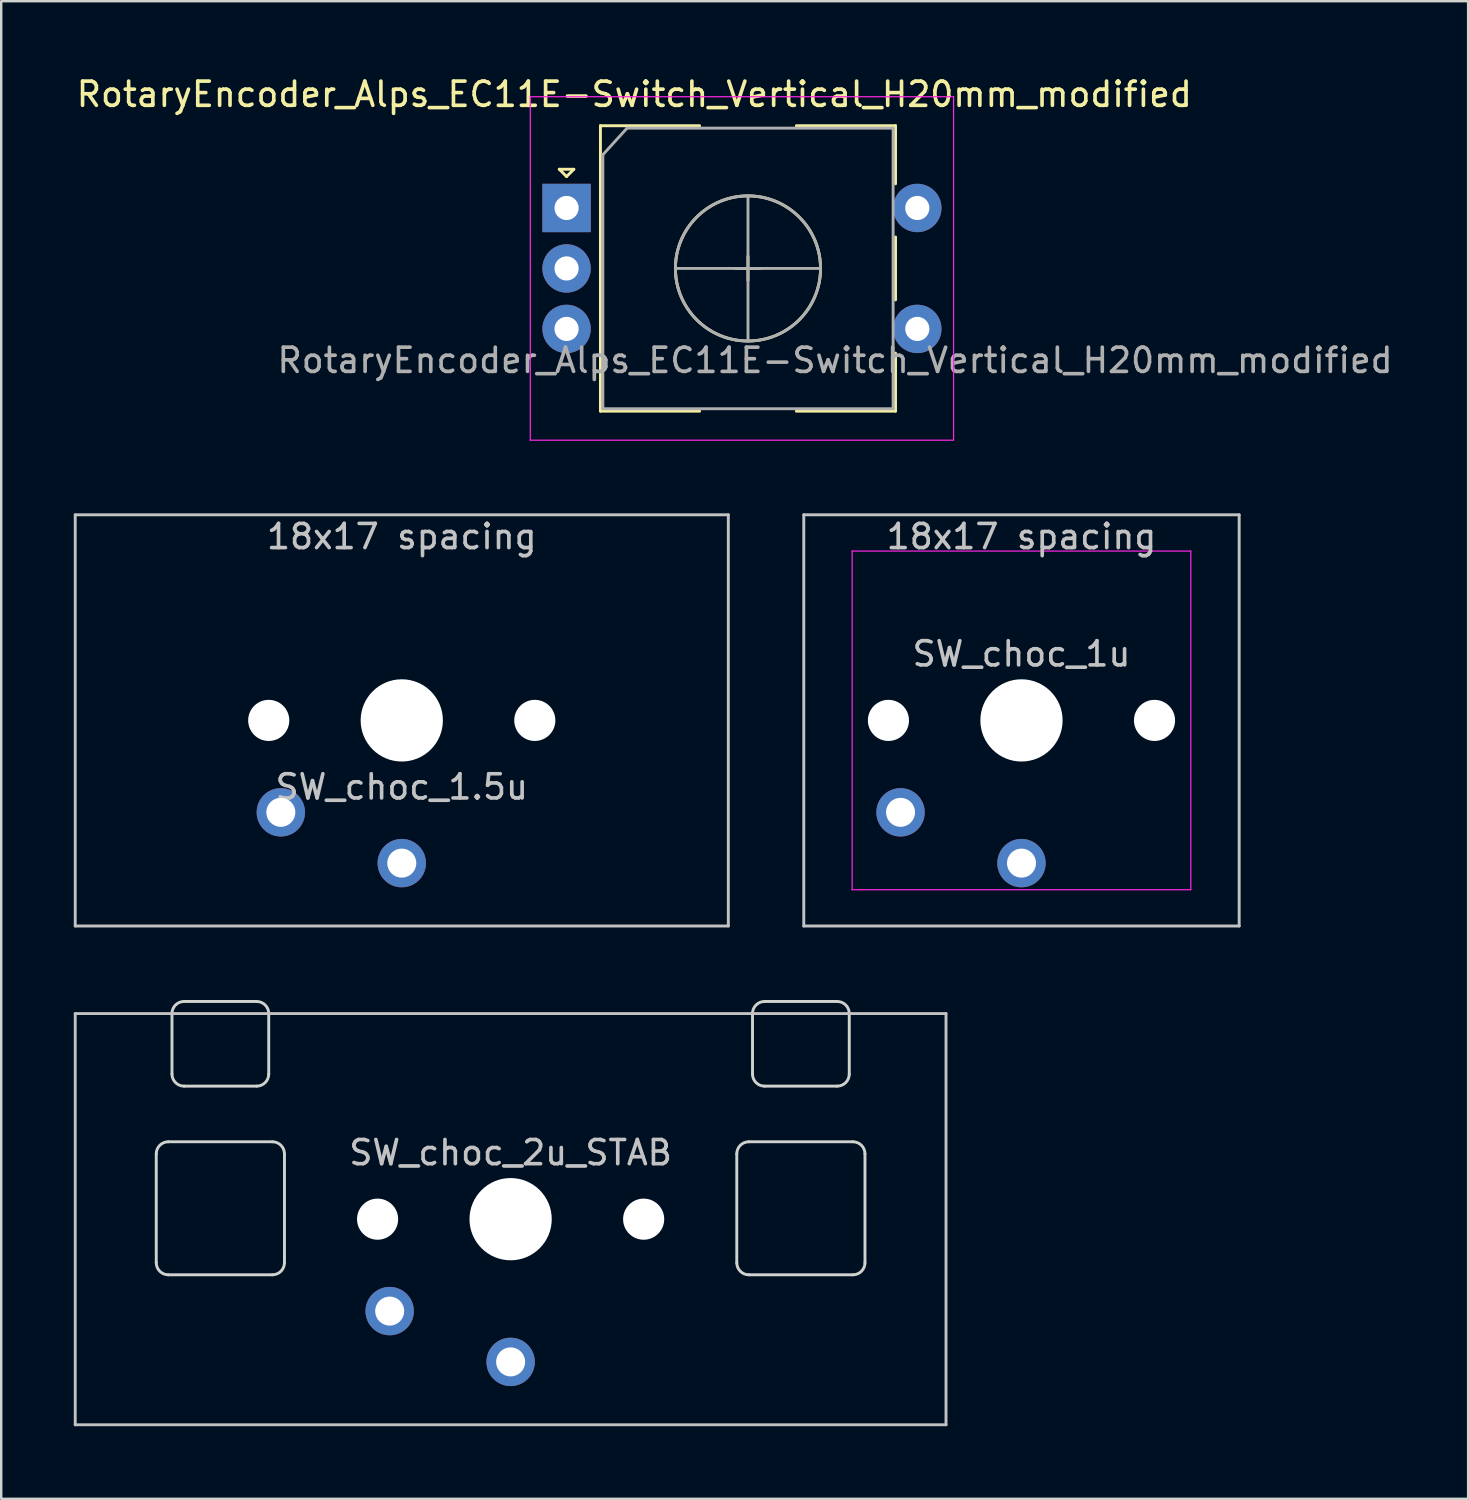
<source format=kicad_pcb>
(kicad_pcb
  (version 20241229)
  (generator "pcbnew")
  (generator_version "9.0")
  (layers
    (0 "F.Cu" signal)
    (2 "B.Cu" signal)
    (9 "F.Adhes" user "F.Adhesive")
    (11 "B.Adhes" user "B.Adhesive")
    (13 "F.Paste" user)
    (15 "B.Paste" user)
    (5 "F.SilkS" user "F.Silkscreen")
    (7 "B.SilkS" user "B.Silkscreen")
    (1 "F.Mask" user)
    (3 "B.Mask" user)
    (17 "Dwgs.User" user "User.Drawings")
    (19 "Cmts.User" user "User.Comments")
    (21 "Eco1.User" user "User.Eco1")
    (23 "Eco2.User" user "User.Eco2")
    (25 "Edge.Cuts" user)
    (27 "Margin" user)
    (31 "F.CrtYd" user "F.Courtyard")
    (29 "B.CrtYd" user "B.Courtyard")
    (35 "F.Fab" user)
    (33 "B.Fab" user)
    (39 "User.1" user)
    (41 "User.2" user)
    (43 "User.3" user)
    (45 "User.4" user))
  (footprint "SW_choc_2u_STAB"
    (layer "F.Cu")
    (at 18.06 47.353)
    (property "Reference" "SW_choc_2u_STAB" (at 0 -2.75 180) (layer "Dwgs.User") (effects (font (size 1 1) (thickness 0.15))))
    (attr exclude_from_pos_files exclude_from_bom)
    (fp_line (start -18 -8.5) (end 18 -8.5) (stroke (width 0.12) (type solid)) (layer "Dwgs.User"))
    (fp_line (start -18 8.5) (end -18 -8.5) (stroke (width 0.12) (type solid)) (layer "Dwgs.User"))
    (fp_line (start 18 -8.5) (end 18 8.5) (stroke (width 0.12) (type solid)) (layer "Dwgs.User"))
    (fp_line (start 18 8.5) (end -18 8.5) (stroke (width 0.12) (type solid)) (layer "Dwgs.User"))
    (fp_line (start -15.15 2.55) (end -15.15 -3.3) (stroke (width 0.05) (type solid)) (layer "Eco2.User"))
    (fp_line (start -14.65 -3.8) (end -14.3 -3.8) (stroke (width 0.05) (type solid)) (layer "Eco2.User"))
    (fp_line (start -14.65 3.05) (end -9.35 3.05) (stroke (width 0.05) (type solid)) (layer "Eco2.User"))
    (fp_line (start -13.8 -4.3) (end -13.8 -7.95) (stroke (width 0.05) (type solid)) (layer "Eco2.User"))
    (fp_line (start -13.3 -8.45) (end -10.7 -8.45) (stroke (width 0.05) (type solid)) (layer "Eco2.User"))
    (fp_line (start -10.2 -4.3) (end -10.2 -7.95) (stroke (width 0.05) (type solid)) (layer "Eco2.User"))
    (fp_line (start -9.35 -3.8) (end -9.7 -3.8) (stroke (width 0.05) (type solid)) (layer "Eco2.User"))
    (fp_line (start -8.85 2.55) (end -8.85 -3.3) (stroke (width 0.05) (type solid)) (layer "Eco2.User"))
    (fp_line (start -6.95 6.45) (end -6.95 -6.45) (stroke (width 0.05) (type solid)) (layer "Eco2.User"))
    (fp_line (start -6.45 -6.95) (end 6.45 -6.95) (stroke (width 0.05) (type solid)) (layer "Eco2.User"))
    (fp_line (start 6.45 6.95) (end -6.45 6.95) (stroke (width 0.05) (type solid)) (layer "Eco2.User"))
    (fp_line (start 6.95 -6.45) (end 6.95 6.45) (stroke (width 0.05) (type solid)) (layer "Eco2.User"))
    (fp_line (start 8.85 2.55) (end 8.85 -3.3) (stroke (width 0.05) (type solid)) (layer "Eco2.User"))
    (fp_line (start 9.35 -3.8) (end 9.7 -3.8) (stroke (width 0.05) (type solid)) (layer "Eco2.User"))
    (fp_line (start 10.2 -4.3) (end 10.2 -7.95) (stroke (width 0.05) (type solid)) (layer "Eco2.User"))
    (fp_line (start 13.3 -8.45) (end 10.7 -8.45) (stroke (width 0.05) (type solid)) (layer "Eco2.User"))
    (fp_line (start 13.8 -4.3) (end 13.8 -7.95) (stroke (width 0.05) (type solid)) (layer "Eco2.User"))
    (fp_line (start 14.65 -3.8) (end 14.3 -3.8) (stroke (width 0.05) (type solid)) (layer "Eco2.User"))
    (fp_line (start 14.65 3.05) (end 9.35 3.05) (stroke (width 0.05) (type solid)) (layer "Eco2.User"))
    (fp_line (start 15.15 2.55) (end 15.15 -3.3) (stroke (width 0.05) (type solid)) (layer "Eco2.User"))
    (fp_arc (start -15.15 -3.3) (mid -15.003553 -3.653553) (end -14.65 -3.8) (stroke (width 0.05) (type solid)) (layer "Eco2.User"))
    (fp_arc (start -14.65 3.05) (mid -15.003553 2.903553) (end -15.15 2.55) (stroke (width 0.05) (type solid)) (layer "Eco2.User"))
    (fp_arc (start -13.8 -7.95) (mid -13.653553 -8.303553) (end -13.3 -8.45) (stroke (width 0.05) (type solid)) (layer "Eco2.User"))
    (fp_arc (start -13.8 -4.3) (mid -13.946447 -3.946447) (end -14.3 -3.8) (stroke (width 0.05) (type solid)) (layer "Eco2.User"))
    (fp_arc (start -10.7 -8.45) (mid -10.346447 -8.303553) (end -10.2 -7.95) (stroke (width 0.05) (type solid)) (layer "Eco2.User"))
    (fp_arc (start -9.7 -3.8) (mid -10.053553 -3.946447) (end -10.2 -4.3) (stroke (width 0.05) (type solid)) (layer "Eco2.User"))
    (fp_arc (start -9.35 -3.8) (mid -8.996447 -3.653553) (end -8.85 -3.3) (stroke (width 0.05) (type solid)) (layer "Eco2.User"))
    (fp_arc (start -8.85 2.55) (mid -8.996447 2.903553) (end -9.35 3.05) (stroke (width 0.05) (type solid)) (layer "Eco2.User"))
    (fp_arc (start -6.95 -6.45) (mid -6.803553 -6.803553) (end -6.45 -6.95) (stroke (width 0.05) (type solid)) (layer "Eco2.User"))
    (fp_arc (start -6.45 6.95) (mid -6.803553 6.803553) (end -6.95 6.45) (stroke (width 0.05) (type solid)) (layer "Eco2.User"))
    (fp_arc (start 6.45 -6.95) (mid 6.803553 -6.803553) (end 6.95 -6.45) (stroke (width 0.05) (type solid)) (layer "Eco2.User"))
    (fp_arc (start 6.95 6.45) (mid 6.803553 6.803553) (end 6.45 6.95) (stroke (width 0.05) (type solid)) (layer "Eco2.User"))
    (fp_arc (start 8.85 -3.3) (mid 8.996447 -3.653553) (end 9.35 -3.8) (stroke (width 0.05) (type solid)) (layer "Eco2.User"))
    (fp_arc (start 9.35 3.05) (mid 8.996447 2.903553) (end 8.85 2.55) (stroke (width 0.05) (type solid)) (layer "Eco2.User"))
    (fp_arc (start 10.2 -7.95) (mid 10.346447 -8.303553) (end 10.7 -8.45) (stroke (width 0.05) (type solid)) (layer "Eco2.User"))
    (fp_arc (start 10.2 -4.3) (mid 10.053553 -3.946447) (end 9.7 -3.8) (stroke (width 0.05) (type solid)) (layer "Eco2.User"))
    (fp_arc (start 13.3 -8.45) (mid 13.653553 -8.303553) (end 13.8 -7.95) (stroke (width 0.05) (type solid)) (layer "Eco2.User"))
    (fp_arc (start 14.3 -3.8) (mid 13.946447 -3.946447) (end 13.8 -4.3) (stroke (width 0.05) (type solid)) (layer "Eco2.User"))
    (fp_arc (start 14.65 -3.8) (mid 15.003553 -3.653553) (end 15.15 -3.3) (stroke (width 0.05) (type solid)) (layer "Eco2.User"))
    (fp_arc (start 15.15 2.55) (mid 15.003553 2.903553) (end 14.65 3.05) (stroke (width 0.05) (type solid)) (layer "Eco2.User"))
    (fp_line (start -14.65 1.8) (end -14.65 -2.7) (stroke (width 0.12) (type solid)) (layer "Edge.Cuts"))
    (fp_line (start -14.15 -3.2) (end -9.85 -3.2) (stroke (width 0.12) (type solid)) (layer "Edge.Cuts"))
    (fp_line (start -14.15 2.3) (end -9.85 2.3) (stroke (width 0.12) (type solid)) (layer "Edge.Cuts"))
    (fp_line (start -14 -6) (end -14 -8.5) (stroke (width 0.12) (type solid)) (layer "Edge.Cuts"))
    (fp_line (start -13.5 -9) (end -10.5 -9) (stroke (width 0.12) (type solid)) (layer "Edge.Cuts"))
    (fp_line (start -13.5 -5.5) (end -10.5 -5.5) (stroke (width 0.12) (type solid)) (layer "Edge.Cuts"))
    (fp_line (start -10 -6) (end -10 -8.5) (stroke (width 0.12) (type solid)) (layer "Edge.Cuts"))
    (fp_line (start -9.35 1.8) (end -9.35 -2.7) (stroke (width 0.12) (type solid)) (layer "Edge.Cuts"))
    (fp_line (start 9.35 1.8) (end 9.35 -2.7) (stroke (width 0.12) (type solid)) (layer "Edge.Cuts"))
    (fp_line (start 10 -6) (end 10 -8.5) (stroke (width 0.12) (type solid)) (layer "Edge.Cuts"))
    (fp_line (start 13.5 -9) (end 10.5 -9) (stroke (width 0.12) (type solid)) (layer "Edge.Cuts"))
    (fp_line (start 13.5 -5.5) (end 10.5 -5.5) (stroke (width 0.12) (type solid)) (layer "Edge.Cuts"))
    (fp_line (start 14 -6) (end 14 -8.5) (stroke (width 0.12) (type solid)) (layer "Edge.Cuts"))
    (fp_line (start 14.15 -3.2) (end 9.85 -3.2) (stroke (width 0.12) (type solid)) (layer "Edge.Cuts"))
    (fp_line (start 14.15 2.3) (end 9.85 2.3) (stroke (width 0.12) (type solid)) (layer "Edge.Cuts"))
    (fp_line (start 14.65 1.8) (end 14.65 -2.7) (stroke (width 0.12) (type solid)) (layer "Edge.Cuts"))
    (fp_arc (start -14.65 -2.7) (mid -14.503553 -3.053553) (end -14.15 -3.2) (stroke (width 0.12) (type solid)) (layer "Edge.Cuts"))
    (fp_arc (start -14.15 2.3) (mid -14.503553 2.153553) (end -14.65 1.8) (stroke (width 0.12) (type solid)) (layer "Edge.Cuts"))
    (fp_arc (start -14 -8.5) (mid -13.853553 -8.853553) (end -13.5 -9) (stroke (width 0.12) (type solid)) (layer "Edge.Cuts"))
    (fp_arc (start -13.5 -5.5) (mid -13.853553 -5.646447) (end -14 -6) (stroke (width 0.12) (type solid)) (layer "Edge.Cuts"))
    (fp_arc (start -10.5 -9) (mid -10.146447 -8.853553) (end -10 -8.5) (stroke (width 0.12) (type solid)) (layer "Edge.Cuts"))
    (fp_arc (start -10 -6) (mid -10.146447 -5.646447) (end -10.5 -5.5) (stroke (width 0.12) (type solid)) (layer "Edge.Cuts"))
    (fp_arc (start -9.85 -3.2) (mid -9.496447 -3.053553) (end -9.35 -2.7) (stroke (width 0.12) (type solid)) (layer "Edge.Cuts"))
    (fp_arc (start -9.35 1.8) (mid -9.496447 2.153553) (end -9.85 2.3) (stroke (width 0.12) (type solid)) (layer "Edge.Cuts"))
    (fp_arc (start 9.35 -2.7) (mid 9.496447 -3.053553) (end 9.85 -3.2) (stroke (width 0.12) (type solid)) (layer "Edge.Cuts"))
    (fp_arc (start 9.85 2.3) (mid 9.496447 2.153553) (end 9.35 1.8) (stroke (width 0.12) (type solid)) (layer "Edge.Cuts"))
    (fp_arc (start 10 -8.5) (mid 10.146447 -8.853553) (end 10.5 -9) (stroke (width 0.12) (type solid)) (layer "Edge.Cuts"))
    (fp_arc (start 10.5 -5.5) (mid 10.146447 -5.646447) (end 10 -6) (stroke (width 0.12) (type solid)) (layer "Edge.Cuts"))
    (fp_arc (start 13.5 -9) (mid 13.853553 -8.853553) (end 14 -8.5) (stroke (width 0.12) (type solid)) (layer "Edge.Cuts"))
    (fp_arc (start 14 -6) (mid 13.853553 -5.646447) (end 13.5 -5.5) (stroke (width 0.12) (type solid)) (layer "Edge.Cuts"))
    (fp_arc (start 14.15 -3.2) (mid 14.503553 -3.053553) (end 14.65 -2.7) (stroke (width 0.12) (type solid)) (layer "Edge.Cuts"))
    (fp_arc (start 14.65 1.8) (mid 14.503553 2.153553) (end 14.15 2.3) (stroke (width 0.12) (type solid)) (layer "Edge.Cuts"))
    (pad "" np_thru_hole circle (at -5.5 0 180) (size 1.7 1.7) (drill 1.7) (layers "*.Cu" "*.Mask"))
    (pad "" np_thru_hole circle (at 0 0 180) (size 3.4 3.4) (drill 3.4) (layers "*.Cu" "*.Mask"))
    (pad "" np_thru_hole circle (at 5.5 0 180) (size 1.7 1.7) (drill 1.7) (layers "*.Cu" "*.Mask"))
    (pad "1" thru_hole circle (at -5 3.8 180) (size 2 2) (drill 1.2) (layers "*.Cu" "B.Mask"))
    (pad "2" thru_hole circle (at 0 5.9 180) (size 2 2) (drill 1.2) (layers "*.Cu" "B.Mask")))
  (footprint "SW_choc_1u"
    (layer "F.Cu")
    (at 39.18 26.733)
    (property "Reference" "SW_choc_1u" (at 0 -2.75 180) (layer "Dwgs.User") (effects (font (size 1 1) (thickness 0.15))))
    (attr through_hole exclude_from_pos_files exclude_from_bom)
    (fp_line (start -9 -8.5) (end 9 -8.5) (stroke (width 0.12) (type solid)) (layer "Dwgs.User"))
    (fp_line (start -9 8.5) (end -9 -8.5) (stroke (width 0.12) (type solid)) (layer "Dwgs.User"))
    (fp_line (start 9 -8.5) (end 9 8.5) (stroke (width 0.12) (type solid)) (layer "Dwgs.User"))
    (fp_line (start 9 8.5) (end -9 8.5) (stroke (width 0.12) (type solid)) (layer "Dwgs.User"))
    (fp_line (start -6.95 6.45) (end -6.95 -6.45) (stroke (width 0.05) (type solid)) (layer "Eco2.User"))
    (fp_line (start -6.45 -6.95) (end 6.45 -6.95) (stroke (width 0.05) (type solid)) (layer "Eco2.User"))
    (fp_line (start 6.45 6.95) (end -6.45 6.95) (stroke (width 0.05) (type solid)) (layer "Eco2.User"))
    (fp_line (start 6.95 -6.45) (end 6.95 6.45) (stroke (width 0.05) (type solid)) (layer "Eco2.User"))
    (fp_arc (start -6.95 -6.45) (mid -6.803553 -6.803553) (end -6.45 -6.95) (stroke (width 0.05) (type solid)) (layer "Eco2.User"))
    (fp_arc (start -6.45 6.95) (mid -6.803553 6.803553) (end -6.95 6.45) (stroke (width 0.05) (type solid)) (layer "Eco2.User"))
    (fp_arc (start 6.45 -6.95) (mid 6.803553 -6.803553) (end 6.95 -6.45) (stroke (width 0.05) (type solid)) (layer "Eco2.User"))
    (fp_arc (start 6.95 6.45) (mid 6.803553 6.803553) (end 6.45 6.95) (stroke (width 0.05) (type solid)) (layer "Eco2.User"))
    (fp_line (start -7 -7) (end 7 -7) (stroke (width 0.05) (type solid)) (layer "F.CrtYd"))
    (fp_line (start -7 7) (end -7 -7) (stroke (width 0.05) (type solid)) (layer "F.CrtYd"))
    (fp_line (start 7 -7) (end 7 7) (stroke (width 0.05) (type solid)) (layer "F.CrtYd"))
    (fp_line (start 7 7) (end -7 7) (stroke (width 0.05) (type solid)) (layer "F.CrtYd"))
    (fp_text user "18x17 spacing" (at 0 -7.6 180) (layer "Dwgs.User") (effects (font (size 1 1) (thickness 0.15))))
    (pad "" np_thru_hole circle (at -5.5 0 180) (size 1.7 1.7) (drill 1.7) (layers "*.Cu" "*.Mask"))
    (pad "" np_thru_hole circle (at 0 0 180) (size 3.4 3.4) (drill 3.4) (layers "*.Cu" "*.Mask"))
    (pad "" np_thru_hole circle (at 5.5 0 180) (size 1.7 1.7) (drill 1.7) (layers "*.Cu" "*.Mask"))
    (pad "1" thru_hole circle (at -5 3.8 180) (size 2 2) (drill 1.2) (layers "*.Cu" "B.Mask"))
    (pad "2" thru_hole circle (at 0 5.9 180) (size 2 2) (drill 1.2) (layers "*.Cu" "B.Mask")))
  (footprint "SW_choc_1.5u"
    (layer "F.Cu")
    (at 13.56 26.733)
    (property "Reference" "SW_choc_1.5u" (at 0 2.75 0) (layer "Dwgs.User") (effects (font (size 1 1) (thickness 0.15))))
    (attr through_hole exclude_from_pos_files exclude_from_bom)
    (fp_line (start -13.5 -8.5) (end 13.5 -8.5) (stroke (width 0.12) (type solid)) (layer "Dwgs.User"))
    (fp_line (start -13.5 8.5) (end -13.5 -8.5) (stroke (width 0.12) (type solid)) (layer "Dwgs.User"))
    (fp_line (start 13.5 -8.5) (end 13.5 8.5) (stroke (width 0.12) (type solid)) (layer "Dwgs.User"))
    (fp_line (start 13.5 8.5) (end -13.5 8.5) (stroke (width 0.12) (type solid)) (layer "Dwgs.User"))
    (fp_line (start -6.95 6.45) (end -6.95 -6.45) (stroke (width 0.05) (type solid)) (layer "Eco2.User"))
    (fp_line (start -6.45 -6.95) (end 6.45 -6.95) (stroke (width 0.05) (type solid)) (layer "Eco2.User"))
    (fp_line (start 6.45 6.95) (end -6.45 6.95) (stroke (width 0.05) (type solid)) (layer "Eco2.User"))
    (fp_line (start 6.95 -6.45) (end 6.95 6.45) (stroke (width 0.05) (type solid)) (layer "Eco2.User"))
    (fp_arc (start -6.95 -6.45) (mid -6.803553 -6.803553) (end -6.45 -6.95) (stroke (width 0.05) (type solid)) (layer "Eco2.User"))
    (fp_arc (start -6.45 6.95) (mid -6.803553 6.803553) (end -6.95 6.45) (stroke (width 0.05) (type solid)) (layer "Eco2.User"))
    (fp_arc (start 6.45 -6.95) (mid 6.803553 -6.803553) (end 6.95 -6.45) (stroke (width 0.05) (type solid)) (layer "Eco2.User"))
    (fp_arc (start 6.95 6.45) (mid 6.803553 6.803553) (end 6.45 6.95) (stroke (width 0.05) (type solid)) (layer "Eco2.User"))
    (fp_text user "18x17 spacing" (at 0 -7.6 0) (layer "Dwgs.User") (effects (font (size 1 1) (thickness 0.15))))
    (pad "" np_thru_hole circle (at -5.5 0 180) (size 1.7 1.7) (drill 1.7) (layers "*.Cu" "*.Mask"))
    (pad "" np_thru_hole circle (at 0 0 180) (size 3.4 3.4) (drill 3.4) (layers "*.Cu" "*.Mask"))
    (pad "" np_thru_hole circle (at 5.5 0 180) (size 1.7 1.7) (drill 1.7) (layers "*.Cu" "*.Mask"))
    (pad "1" thru_hole circle (at -5 3.8 180) (size 2 2) (drill 1.2) (layers "*.Cu" "B.Mask"))
    (pad "2" thru_hole circle (at 0 5.9 180) (size 2 2) (drill 1.2) (layers "*.Cu" "B.Mask")))
  (footprint "RotaryEncoder_Alps_EC11E-Switch_Vertical_H20mm_modified"
    (layer "F.Cu")
    (at 20.373 5.548)
    (property "Reference" "RotaryEncoder_Alps_EC11E-Switch_Vertical_H20mm_modified" (at 2.8 -4.7 0) (layer "F.SilkS") (effects (font (size 1 1) (thickness 0.15))))
    (attr through_hole)
    (fp_line (start -0.3 -1.6) (end 0.3 -1.6) (stroke (width 0.12) (type solid)) (layer "F.SilkS"))
    (fp_line (start 0 -1.3) (end -0.3 -1.6) (stroke (width 0.12) (type solid)) (layer "F.SilkS"))
    (fp_line (start 0.3 -1.6) (end 0 -1.3) (stroke (width 0.12) (type solid)) (layer "F.SilkS"))
    (fp_line (start 1.4 -3.4) (end 1.4 8.4) (stroke (width 0.12) (type solid)) (layer "F.SilkS"))
    (fp_line (start 5.5 -3.4) (end 1.4 -3.4) (stroke (width 0.12) (type solid)) (layer "F.SilkS"))
    (fp_line (start 5.5 8.4) (end 1.4 8.4) (stroke (width 0.12) (type solid)) (layer "F.SilkS"))
    (fp_line (start 7 2.5) (end 8 2.5) (stroke (width 0.12) (type solid)) (layer "F.SilkS"))
    (fp_line (start 7.5 2) (end 7.5 3) (stroke (width 0.12) (type solid)) (layer "F.SilkS"))
    (fp_line (start 9.5 -3.4) (end 13.6 -3.4) (stroke (width 0.12) (type solid)) (layer "F.SilkS"))
    (fp_line (start 13.6 -3.4) (end 13.6 -1) (stroke (width 0.12) (type solid)) (layer "F.SilkS"))
    (fp_line (start 13.6 1.2) (end 13.6 3.8) (stroke (width 0.12) (type solid)) (layer "F.SilkS"))
    (fp_line (start 13.6 6) (end 13.6 8.4) (stroke (width 0.12) (type solid)) (layer "F.SilkS"))
    (fp_line (start 13.6 8.4) (end 9.5 8.4) (stroke (width 0.12) (type solid)) (layer "F.SilkS"))
    (fp_circle (center 7.5 2.5) (end 10.5 2.5) (stroke (width 0.12) (type solid)) (fill no) (layer "F.SilkS"))
    (fp_line (start -1.5 -4.6) (end -1.5 9.6) (stroke (width 0.05) (type solid)) (layer "F.CrtYd"))
    (fp_line (start -1.5 -4.6) (end 16 -4.6) (stroke (width 0.05) (type solid)) (layer "F.CrtYd"))
    (fp_line (start 16 9.6) (end -1.5 9.6) (stroke (width 0.05) (type solid)) (layer "F.CrtYd"))
    (fp_line (start 16 9.6) (end 16 -4.6) (stroke (width 0.05) (type solid)) (layer "F.CrtYd"))
    (fp_line (start 1.5 -2.2) (end 2.5 -3.3) (stroke (width 0.12) (type solid)) (layer "F.Fab"))
    (fp_line (start 1.5 8.3) (end 1.5 -2.2) (stroke (width 0.12) (type solid)) (layer "F.Fab"))
    (fp_line (start 2.5 -3.3) (end 13.5 -3.3) (stroke (width 0.12) (type solid)) (layer "F.Fab"))
    (fp_line (start 4.5 2.5) (end 10.5 2.5) (stroke (width 0.12) (type solid)) (layer "F.Fab"))
    (fp_line (start 7.5 -0.5) (end 7.5 5.5) (stroke (width 0.12) (type solid)) (layer "F.Fab"))
    (fp_line (start 13.5 -3.3) (end 13.5 8.3) (stroke (width 0.12) (type solid)) (layer "F.Fab"))
    (fp_line (start 13.5 8.3) (end 1.5 8.3) (stroke (width 0.12) (type solid)) (layer "F.Fab"))
    (fp_circle (center 7.5 2.5) (end 10.5 2.5) (stroke (width 0.12) (type solid)) (fill no) (layer "F.Fab"))
    (fp_text user "${REFERENCE}" (at 11.1 6.3 0) (layer "F.Fab") (effects (font (size 1 1) (thickness 0.15))))
    (pad "A" thru_hole rect (at 0 0) (size 2 2) (drill 1) (layers "*.Cu" "*.Mask"))
    (pad "B" thru_hole circle (at 0 5) (size 2 2) (drill 1) (layers "*.Cu" "*.Mask"))
    (pad "C" thru_hole circle (at 0 2.5) (size 2 2) (drill 1) (layers "*.Cu" "*.Mask"))
    (pad "S1" thru_hole circle (at 14.5 5) (size 2 2) (drill 1) (layers "*.Cu" "*.Mask"))
    (pad "S2" thru_hole circle (at 14.5 0) (size 2 2) (drill 1) (layers "*.Cu" "*.Mask")))
  (gr_rect
    (start -3 -3)
    (end 57.645 58.913)
    (stroke (width 0.1) (type default))
    (fill no)
    (layer "Edge.Cuts")))
</source>
